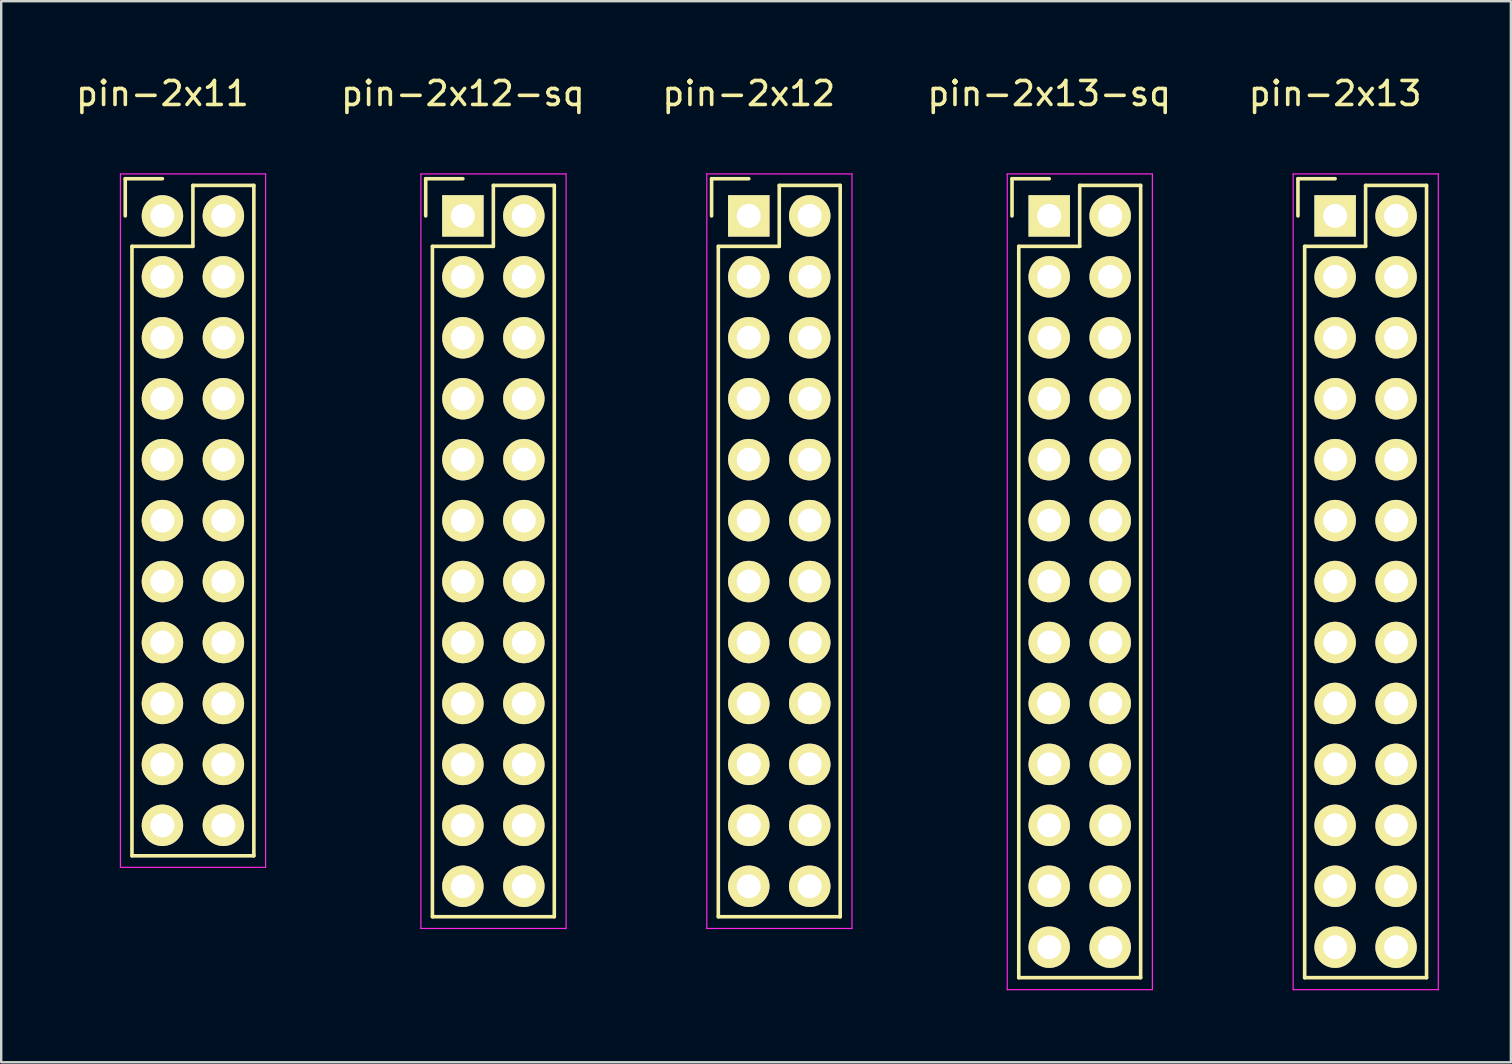
<source format=kicad_pcb>
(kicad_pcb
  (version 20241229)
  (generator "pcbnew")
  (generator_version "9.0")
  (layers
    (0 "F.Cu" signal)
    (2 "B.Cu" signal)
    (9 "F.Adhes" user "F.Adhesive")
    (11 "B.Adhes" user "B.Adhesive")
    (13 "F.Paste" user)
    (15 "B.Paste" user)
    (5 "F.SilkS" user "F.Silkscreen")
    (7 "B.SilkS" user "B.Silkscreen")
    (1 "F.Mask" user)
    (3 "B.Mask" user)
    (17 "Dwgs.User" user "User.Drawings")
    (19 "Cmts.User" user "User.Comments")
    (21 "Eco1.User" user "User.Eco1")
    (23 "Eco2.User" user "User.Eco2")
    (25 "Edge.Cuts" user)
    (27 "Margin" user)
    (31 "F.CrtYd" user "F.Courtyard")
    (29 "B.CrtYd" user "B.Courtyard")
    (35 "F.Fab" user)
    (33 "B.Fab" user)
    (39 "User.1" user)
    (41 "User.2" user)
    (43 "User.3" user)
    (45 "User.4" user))
  (footprint "pin-2x13"
    (layer "F.Cu")
    (at 52.596 5.948)
    (property "Reference" "pin-2x13" (at 0 -5.1 0) (layer "F.SilkS") (effects (font (size 1 1) (thickness 0.15))))
    (attr through_hole)
    (fp_line (start -1.55 -1.55) (end -1.55 0) (stroke (width 0.15) (type solid)) (layer "F.SilkS"))
    (fp_line (start -1.27 1.27) (end -1.27 31.75) (stroke (width 0.15) (type solid)) (layer "F.SilkS"))
    (fp_line (start 0 -1.55) (end -1.55 -1.55) (stroke (width 0.15) (type solid)) (layer "F.SilkS"))
    (fp_line (start 1.27 -1.27) (end 1.27 1.27) (stroke (width 0.15) (type solid)) (layer "F.SilkS"))
    (fp_line (start 1.27 1.27) (end -1.27 1.27) (stroke (width 0.15) (type solid)) (layer "F.SilkS"))
    (fp_line (start 3.81 -1.27) (end 1.27 -1.27) (stroke (width 0.15) (type solid)) (layer "F.SilkS"))
    (fp_line (start 3.81 -1.27) (end 3.81 31.75) (stroke (width 0.15) (type solid)) (layer "F.SilkS"))
    (fp_line (start 3.81 31.75) (end -1.27 31.75) (stroke (width 0.15) (type solid)) (layer "F.SilkS"))
    (fp_line (start -1.75 -1.75) (end -1.75 32.25) (stroke (width 0.05) (type solid)) (layer "F.CrtYd"))
    (fp_line (start -1.75 -1.75) (end 4.3 -1.75) (stroke (width 0.05) (type solid)) (layer "F.CrtYd"))
    (fp_line (start -1.75 32.25) (end 4.3 32.25) (stroke (width 0.05) (type solid)) (layer "F.CrtYd"))
    (fp_line (start 4.3 -1.75) (end 4.3 32.25) (stroke (width 0.05) (type solid)) (layer "F.CrtYd"))
    (pad "1" thru_hole rect (at 0 0) (size 1.727 1.727) (drill 1) (layers "*.Cu" "*.Mask" "F.SilkS"))
    (pad "2" thru_hole oval (at 2.54 0) (size 1.727 1.727) (drill 1) (layers "*.Cu" "*.Mask" "F.SilkS"))
    (pad "3" thru_hole oval (at 0 2.54) (size 1.727 1.727) (drill 1) (layers "*.Cu" "*.Mask" "F.SilkS"))
    (pad "4" thru_hole oval (at 2.54 2.54) (size 1.727 1.727) (drill 1) (layers "*.Cu" "*.Mask" "F.SilkS"))
    (pad "5" thru_hole oval (at 0 5.08) (size 1.727 1.727) (drill 1) (layers "*.Cu" "*.Mask" "F.SilkS"))
    (pad "6" thru_hole oval (at 2.54 5.08) (size 1.727 1.727) (drill 1) (layers "*.Cu" "*.Mask" "F.SilkS"))
    (pad "7" thru_hole oval (at 0 7.62) (size 1.727 1.727) (drill 1) (layers "*.Cu" "*.Mask" "F.SilkS"))
    (pad "8" thru_hole oval (at 2.54 7.62) (size 1.727 1.727) (drill 1) (layers "*.Cu" "*.Mask" "F.SilkS"))
    (pad "9" thru_hole oval (at 0 10.16) (size 1.727 1.727) (drill 1) (layers "*.Cu" "*.Mask" "F.SilkS"))
    (pad "10" thru_hole oval (at 2.54 10.16) (size 1.727 1.727) (drill 1) (layers "*.Cu" "*.Mask" "F.SilkS"))
    (pad "11" thru_hole oval (at 0 12.7) (size 1.727 1.727) (drill 1) (layers "*.Cu" "*.Mask" "F.SilkS"))
    (pad "12" thru_hole oval (at 2.54 12.7) (size 1.727 1.727) (drill 1) (layers "*.Cu" "*.Mask" "F.SilkS"))
    (pad "13" thru_hole oval (at 0 15.24) (size 1.727 1.727) (drill 1) (layers "*.Cu" "*.Mask" "F.SilkS"))
    (pad "14" thru_hole oval (at 2.54 15.24) (size 1.727 1.727) (drill 1) (layers "*.Cu" "*.Mask" "F.SilkS"))
    (pad "15" thru_hole oval (at 0 17.78) (size 1.727 1.727) (drill 1) (layers "*.Cu" "*.Mask" "F.SilkS"))
    (pad "16" thru_hole oval (at 2.54 17.78) (size 1.727 1.727) (drill 1) (layers "*.Cu" "*.Mask" "F.SilkS"))
    (pad "17" thru_hole oval (at 0 20.32) (size 1.727 1.727) (drill 1) (layers "*.Cu" "*.Mask" "F.SilkS"))
    (pad "18" thru_hole oval (at 2.54 20.32) (size 1.727 1.727) (drill 1) (layers "*.Cu" "*.Mask" "F.SilkS"))
    (pad "19" thru_hole oval (at 0 22.86) (size 1.727 1.727) (drill 1) (layers "*.Cu" "*.Mask" "F.SilkS"))
    (pad "20" thru_hole oval (at 2.54 22.86) (size 1.727 1.727) (drill 1) (layers "*.Cu" "*.Mask" "F.SilkS"))
    (pad "21" thru_hole oval (at 0 25.4) (size 1.727 1.727) (drill 1) (layers "*.Cu" "*.Mask" "F.SilkS"))
    (pad "22" thru_hole oval (at 2.54 25.4) (size 1.727 1.727) (drill 1) (layers "*.Cu" "*.Mask" "F.SilkS"))
    (pad "23" thru_hole oval (at 0 27.94) (size 1.727 1.727) (drill 1) (layers "*.Cu" "*.Mask" "F.SilkS"))
    (pad "24" thru_hole oval (at 2.54 27.94) (size 1.727 1.727) (drill 1) (layers "*.Cu" "*.Mask" "F.SilkS"))
    (pad "25" thru_hole oval (at 0 30.48) (size 1.727 1.727) (drill 1) (layers "*.Cu" "*.Mask" "F.SilkS"))
    (pad "26" thru_hole oval (at 2.54 30.48) (size 1.727 1.727) (drill 1) (layers "*.Cu" "*.Mask" "F.SilkS")))
  (footprint "pin-2x11"
    (layer "F.Cu")
    (at 3.72 5.948)
    (property "Reference" "pin-2x11" (at 0 -5.1 0) (layer "F.SilkS") (effects (font (size 1 1) (thickness 0.15))))
    (attr through_hole)
    (fp_line (start -1.55 -1.55) (end -1.55 0) (stroke (width 0.15) (type solid)) (layer "F.SilkS"))
    (fp_line (start -1.27 1.27) (end -1.27 26.67) (stroke (width 0.15) (type solid)) (layer "F.SilkS"))
    (fp_line (start 0 -1.55) (end -1.55 -1.55) (stroke (width 0.15) (type solid)) (layer "F.SilkS"))
    (fp_line (start 1.27 -1.27) (end 1.27 1.27) (stroke (width 0.15) (type solid)) (layer "F.SilkS"))
    (fp_line (start 1.27 1.27) (end -1.27 1.27) (stroke (width 0.15) (type solid)) (layer "F.SilkS"))
    (fp_line (start 3.81 -1.27) (end 1.27 -1.27) (stroke (width 0.15) (type solid)) (layer "F.SilkS"))
    (fp_line (start 3.81 26.67) (end -1.27 26.67) (stroke (width 0.15) (type solid)) (layer "F.SilkS"))
    (fp_line (start 3.81 26.67) (end 3.81 -1.27) (stroke (width 0.15) (type solid)) (layer "F.SilkS"))
    (fp_line (start -1.75 -1.75) (end -1.75 27.15) (stroke (width 0.05) (type solid)) (layer "F.CrtYd"))
    (fp_line (start -1.75 -1.75) (end 4.3 -1.75) (stroke (width 0.05) (type solid)) (layer "F.CrtYd"))
    (fp_line (start -1.75 27.15) (end 4.3 27.15) (stroke (width 0.05) (type solid)) (layer "F.CrtYd"))
    (fp_line (start 4.3 -1.75) (end 4.3 27.15) (stroke (width 0.05) (type solid)) (layer "F.CrtYd"))
    (pad "1" thru_hole oval (at 0 0) (size 1.727 1.727) (drill 1) (layers "*.Cu" "*.Mask" "F.SilkS"))
    (pad "2" thru_hole oval (at 2.54 0) (size 1.727 1.727) (drill 1) (layers "*.Cu" "*.Mask" "F.SilkS"))
    (pad "3" thru_hole oval (at 0 2.54) (size 1.727 1.727) (drill 1) (layers "*.Cu" "*.Mask" "F.SilkS"))
    (pad "4" thru_hole oval (at 2.54 2.54) (size 1.727 1.727) (drill 1) (layers "*.Cu" "*.Mask" "F.SilkS"))
    (pad "5" thru_hole oval (at 0 5.08) (size 1.727 1.727) (drill 1) (layers "*.Cu" "*.Mask" "F.SilkS"))
    (pad "6" thru_hole oval (at 2.54 5.08) (size 1.727 1.727) (drill 1) (layers "*.Cu" "*.Mask" "F.SilkS"))
    (pad "7" thru_hole oval (at 0 7.62) (size 1.727 1.727) (drill 1) (layers "*.Cu" "*.Mask" "F.SilkS"))
    (pad "8" thru_hole oval (at 2.54 7.62) (size 1.727 1.727) (drill 1) (layers "*.Cu" "*.Mask" "F.SilkS"))
    (pad "9" thru_hole oval (at 0 10.16) (size 1.727 1.727) (drill 1) (layers "*.Cu" "*.Mask" "F.SilkS"))
    (pad "10" thru_hole oval (at 2.54 10.16) (size 1.727 1.727) (drill 1) (layers "*.Cu" "*.Mask" "F.SilkS"))
    (pad "11" thru_hole oval (at 0 12.7) (size 1.727 1.727) (drill 1) (layers "*.Cu" "*.Mask" "F.SilkS"))
    (pad "12" thru_hole oval (at 2.54 12.7) (size 1.727 1.727) (drill 1) (layers "*.Cu" "*.Mask" "F.SilkS"))
    (pad "13" thru_hole oval (at 0 15.24) (size 1.727 1.727) (drill 1) (layers "*.Cu" "*.Mask" "F.SilkS"))
    (pad "14" thru_hole oval (at 2.54 15.24) (size 1.727 1.727) (drill 1) (layers "*.Cu" "*.Mask" "F.SilkS"))
    (pad "15" thru_hole oval (at 0 17.78) (size 1.727 1.727) (drill 1) (layers "*.Cu" "*.Mask" "F.SilkS"))
    (pad "16" thru_hole oval (at 2.54 17.78) (size 1.727 1.727) (drill 1) (layers "*.Cu" "*.Mask" "F.SilkS"))
    (pad "17" thru_hole oval (at 0 20.32) (size 1.727 1.727) (drill 1) (layers "*.Cu" "*.Mask" "F.SilkS"))
    (pad "18" thru_hole oval (at 2.54 20.32) (size 1.727 1.727) (drill 1) (layers "*.Cu" "*.Mask" "F.SilkS"))
    (pad "19" thru_hole oval (at 0 22.86) (size 1.727 1.727) (drill 1) (layers "*.Cu" "*.Mask" "F.SilkS"))
    (pad "20" thru_hole oval (at 2.54 22.86) (size 1.727 1.727) (drill 1) (layers "*.Cu" "*.Mask" "F.SilkS"))
    (pad "21" thru_hole oval (at 0 25.4) (size 1.727 1.727) (drill 1) (layers "*.Cu" "*.Mask" "F.SilkS"))
    (pad "22" thru_hole oval (at 2.54 25.4) (size 1.727 1.727) (drill 1) (layers "*.Cu" "*.Mask" "F.SilkS")))
  (footprint "pin-2x12-sq"
    (layer "F.Cu")
    (at 16.242 5.948)
    (property "Reference" "pin-2x12-sq" (at 0 -5.1 0) (layer "F.SilkS") (effects (font (size 1 1) (thickness 0.15))))
    (attr through_hole)
    (fp_line (start -1.55 -1.55) (end -1.55 0) (stroke (width 0.15) (type solid)) (layer "F.SilkS"))
    (fp_line (start -1.27 1.27) (end -1.27 29.21) (stroke (width 0.15) (type solid)) (layer "F.SilkS"))
    (fp_line (start 0 -1.55) (end -1.55 -1.55) (stroke (width 0.15) (type solid)) (layer "F.SilkS"))
    (fp_line (start 1.27 -1.27) (end 1.27 1.27) (stroke (width 0.15) (type solid)) (layer "F.SilkS"))
    (fp_line (start 1.27 1.27) (end -1.27 1.27) (stroke (width 0.15) (type solid)) (layer "F.SilkS"))
    (fp_line (start 3.81 -1.27) (end 1.27 -1.27) (stroke (width 0.15) (type solid)) (layer "F.SilkS"))
    (fp_line (start 3.81 29.21) (end -1.27 29.21) (stroke (width 0.15) (type solid)) (layer "F.SilkS"))
    (fp_line (start 3.81 29.21) (end 3.81 -1.27) (stroke (width 0.15) (type solid)) (layer "F.SilkS"))
    (fp_line (start -1.75 -1.75) (end -1.75 29.7) (stroke (width 0.05) (type solid)) (layer "F.CrtYd"))
    (fp_line (start -1.75 -1.75) (end 4.3 -1.75) (stroke (width 0.05) (type solid)) (layer "F.CrtYd"))
    (fp_line (start -1.75 29.7) (end 4.3 29.7) (stroke (width 0.05) (type solid)) (layer "F.CrtYd"))
    (fp_line (start 4.3 -1.75) (end 4.3 29.7) (stroke (width 0.05) (type solid)) (layer "F.CrtYd"))
    (pad "1" thru_hole rect (at 0 0) (size 1.727 1.727) (drill 1) (layers "*.Cu" "*.Mask" "F.SilkS"))
    (pad "2" thru_hole oval (at 2.54 0) (size 1.727 1.727) (drill 1) (layers "*.Cu" "*.Mask" "F.SilkS"))
    (pad "3" thru_hole oval (at 0 2.54) (size 1.727 1.727) (drill 1) (layers "*.Cu" "*.Mask" "F.SilkS"))
    (pad "4" thru_hole oval (at 2.54 2.54) (size 1.727 1.727) (drill 1) (layers "*.Cu" "*.Mask" "F.SilkS"))
    (pad "5" thru_hole oval (at 0 5.08) (size 1.727 1.727) (drill 1) (layers "*.Cu" "*.Mask" "F.SilkS"))
    (pad "6" thru_hole oval (at 2.54 5.08) (size 1.727 1.727) (drill 1) (layers "*.Cu" "*.Mask" "F.SilkS"))
    (pad "7" thru_hole oval (at 0 7.62) (size 1.727 1.727) (drill 1) (layers "*.Cu" "*.Mask" "F.SilkS"))
    (pad "8" thru_hole oval (at 2.54 7.62) (size 1.727 1.727) (drill 1) (layers "*.Cu" "*.Mask" "F.SilkS"))
    (pad "9" thru_hole oval (at 0 10.16) (size 1.727 1.727) (drill 1) (layers "*.Cu" "*.Mask" "F.SilkS"))
    (pad "10" thru_hole oval (at 2.54 10.16) (size 1.727 1.727) (drill 1) (layers "*.Cu" "*.Mask" "F.SilkS"))
    (pad "11" thru_hole oval (at 0 12.7) (size 1.727 1.727) (drill 1) (layers "*.Cu" "*.Mask" "F.SilkS"))
    (pad "12" thru_hole oval (at 2.54 12.7) (size 1.727 1.727) (drill 1) (layers "*.Cu" "*.Mask" "F.SilkS"))
    (pad "13" thru_hole oval (at 0 15.24) (size 1.727 1.727) (drill 1) (layers "*.Cu" "*.Mask" "F.SilkS"))
    (pad "14" thru_hole oval (at 2.54 15.24) (size 1.727 1.727) (drill 1) (layers "*.Cu" "*.Mask" "F.SilkS"))
    (pad "15" thru_hole oval (at 0 17.78) (size 1.727 1.727) (drill 1) (layers "*.Cu" "*.Mask" "F.SilkS"))
    (pad "16" thru_hole oval (at 2.54 17.78) (size 1.727 1.727) (drill 1) (layers "*.Cu" "*.Mask" "F.SilkS"))
    (pad "17" thru_hole oval (at 0 20.32) (size 1.727 1.727) (drill 1) (layers "*.Cu" "*.Mask" "F.SilkS"))
    (pad "18" thru_hole oval (at 2.54 20.32) (size 1.727 1.727) (drill 1) (layers "*.Cu" "*.Mask" "F.SilkS"))
    (pad "19" thru_hole oval (at 0 22.86) (size 1.727 1.727) (drill 1) (layers "*.Cu" "*.Mask" "F.SilkS"))
    (pad "20" thru_hole oval (at 2.54 22.86) (size 1.727 1.727) (drill 1) (layers "*.Cu" "*.Mask" "F.SilkS"))
    (pad "21" thru_hole oval (at 0 25.4) (size 1.727 1.727) (drill 1) (layers "*.Cu" "*.Mask" "F.SilkS"))
    (pad "22" thru_hole oval (at 2.54 25.4) (size 1.727 1.727) (drill 1) (layers "*.Cu" "*.Mask" "F.SilkS"))
    (pad "23" thru_hole oval (at 0 27.94) (size 1.727 1.727) (drill 1) (layers "*.Cu" "*.Mask" "F.SilkS"))
    (pad "24" thru_hole oval (at 2.54 27.94) (size 1.727 1.727) (drill 1) (layers "*.Cu" "*.Mask" "F.SilkS")))
  (footprint "pin-2x12"
    (layer "F.Cu")
    (at 28.158 5.948)
    (property "Reference" "pin-2x12" (at 0 -5.1 0) (layer "F.SilkS") (effects (font (size 1 1) (thickness 0.15))))
    (attr through_hole)
    (fp_line (start -1.55 -1.55) (end -1.55 0) (stroke (width 0.15) (type solid)) (layer "F.SilkS"))
    (fp_line (start -1.27 1.27) (end -1.27 29.21) (stroke (width 0.15) (type solid)) (layer "F.SilkS"))
    (fp_line (start 0 -1.55) (end -1.55 -1.55) (stroke (width 0.15) (type solid)) (layer "F.SilkS"))
    (fp_line (start 1.27 -1.27) (end 1.27 1.27) (stroke (width 0.15) (type solid)) (layer "F.SilkS"))
    (fp_line (start 1.27 1.27) (end -1.27 1.27) (stroke (width 0.15) (type solid)) (layer "F.SilkS"))
    (fp_line (start 3.81 -1.27) (end 1.27 -1.27) (stroke (width 0.15) (type solid)) (layer "F.SilkS"))
    (fp_line (start 3.81 29.21) (end -1.27 29.21) (stroke (width 0.15) (type solid)) (layer "F.SilkS"))
    (fp_line (start 3.81 29.21) (end 3.81 -1.27) (stroke (width 0.15) (type solid)) (layer "F.SilkS"))
    (fp_line (start -1.75 -1.75) (end -1.75 29.7) (stroke (width 0.05) (type solid)) (layer "F.CrtYd"))
    (fp_line (start -1.75 -1.75) (end 4.3 -1.75) (stroke (width 0.05) (type solid)) (layer "F.CrtYd"))
    (fp_line (start -1.75 29.7) (end 4.3 29.7) (stroke (width 0.05) (type solid)) (layer "F.CrtYd"))
    (fp_line (start 4.3 -1.75) (end 4.3 29.7) (stroke (width 0.05) (type solid)) (layer "F.CrtYd"))
    (pad "1" thru_hole rect (at 0 0) (size 1.727 1.727) (drill 1) (layers "*.Cu" "*.Mask" "F.SilkS"))
    (pad "2" thru_hole oval (at 2.54 0) (size 1.727 1.727) (drill 1) (layers "*.Cu" "*.Mask" "F.SilkS"))
    (pad "3" thru_hole oval (at 0 2.54) (size 1.727 1.727) (drill 1) (layers "*.Cu" "*.Mask" "F.SilkS"))
    (pad "4" thru_hole oval (at 2.54 2.54) (size 1.727 1.727) (drill 1) (layers "*.Cu" "*.Mask" "F.SilkS"))
    (pad "5" thru_hole oval (at 0 5.08) (size 1.727 1.727) (drill 1) (layers "*.Cu" "*.Mask" "F.SilkS"))
    (pad "6" thru_hole oval (at 2.54 5.08) (size 1.727 1.727) (drill 1) (layers "*.Cu" "*.Mask" "F.SilkS"))
    (pad "7" thru_hole oval (at 0 7.62) (size 1.727 1.727) (drill 1) (layers "*.Cu" "*.Mask" "F.SilkS"))
    (pad "8" thru_hole oval (at 2.54 7.62) (size 1.727 1.727) (drill 1) (layers "*.Cu" "*.Mask" "F.SilkS"))
    (pad "9" thru_hole oval (at 0 10.16) (size 1.727 1.727) (drill 1) (layers "*.Cu" "*.Mask" "F.SilkS"))
    (pad "10" thru_hole oval (at 2.54 10.16) (size 1.727 1.727) (drill 1) (layers "*.Cu" "*.Mask" "F.SilkS"))
    (pad "11" thru_hole oval (at 0 12.7) (size 1.727 1.727) (drill 1) (layers "*.Cu" "*.Mask" "F.SilkS"))
    (pad "12" thru_hole oval (at 2.54 12.7) (size 1.727 1.727) (drill 1) (layers "*.Cu" "*.Mask" "F.SilkS"))
    (pad "13" thru_hole oval (at 0 15.24) (size 1.727 1.727) (drill 1) (layers "*.Cu" "*.Mask" "F.SilkS"))
    (pad "14" thru_hole oval (at 2.54 15.24) (size 1.727 1.727) (drill 1) (layers "*.Cu" "*.Mask" "F.SilkS"))
    (pad "15" thru_hole oval (at 0 17.78) (size 1.727 1.727) (drill 1) (layers "*.Cu" "*.Mask" "F.SilkS"))
    (pad "16" thru_hole oval (at 2.54 17.78) (size 1.727 1.727) (drill 1) (layers "*.Cu" "*.Mask" "F.SilkS"))
    (pad "17" thru_hole oval (at 0 20.32) (size 1.727 1.727) (drill 1) (layers "*.Cu" "*.Mask" "F.SilkS"))
    (pad "18" thru_hole oval (at 2.54 20.32) (size 1.727 1.727) (drill 1) (layers "*.Cu" "*.Mask" "F.SilkS"))
    (pad "19" thru_hole oval (at 0 22.86) (size 1.727 1.727) (drill 1) (layers "*.Cu" "*.Mask" "F.SilkS"))
    (pad "20" thru_hole oval (at 2.54 22.86) (size 1.727 1.727) (drill 1) (layers "*.Cu" "*.Mask" "F.SilkS"))
    (pad "21" thru_hole oval (at 0 25.4) (size 1.727 1.727) (drill 1) (layers "*.Cu" "*.Mask" "F.SilkS"))
    (pad "22" thru_hole oval (at 2.54 25.4) (size 1.727 1.727) (drill 1) (layers "*.Cu" "*.Mask" "F.SilkS"))
    (pad "23" thru_hole oval (at 0 27.94) (size 1.727 1.727) (drill 1) (layers "*.Cu" "*.Mask" "F.SilkS"))
    (pad "24" thru_hole oval (at 2.54 27.94) (size 1.727 1.727) (drill 1) (layers "*.Cu" "*.Mask" "F.SilkS")))
  (footprint "pin-2x13-sq"
    (layer "F.Cu")
    (at 40.68 5.948)
    (property "Reference" "pin-2x13-sq" (at 0 -5.1 0) (layer "F.SilkS") (effects (font (size 1 1) (thickness 0.15))))
    (attr through_hole)
    (fp_line (start -1.55 -1.55) (end -1.55 0) (stroke (width 0.15) (type solid)) (layer "F.SilkS"))
    (fp_line (start -1.27 1.27) (end -1.27 31.75) (stroke (width 0.15) (type solid)) (layer "F.SilkS"))
    (fp_line (start 0 -1.55) (end -1.55 -1.55) (stroke (width 0.15) (type solid)) (layer "F.SilkS"))
    (fp_line (start 1.27 -1.27) (end 1.27 1.27) (stroke (width 0.15) (type solid)) (layer "F.SilkS"))
    (fp_line (start 1.27 1.27) (end -1.27 1.27) (stroke (width 0.15) (type solid)) (layer "F.SilkS"))
    (fp_line (start 3.81 -1.27) (end 1.27 -1.27) (stroke (width 0.15) (type solid)) (layer "F.SilkS"))
    (fp_line (start 3.81 -1.27) (end 3.81 31.75) (stroke (width 0.15) (type solid)) (layer "F.SilkS"))
    (fp_line (start 3.81 31.75) (end -1.27 31.75) (stroke (width 0.15) (type solid)) (layer "F.SilkS"))
    (fp_line (start -1.75 -1.75) (end -1.75 32.25) (stroke (width 0.05) (type solid)) (layer "F.CrtYd"))
    (fp_line (start -1.75 -1.75) (end 4.3 -1.75) (stroke (width 0.05) (type solid)) (layer "F.CrtYd"))
    (fp_line (start -1.75 32.25) (end 4.3 32.25) (stroke (width 0.05) (type solid)) (layer "F.CrtYd"))
    (fp_line (start 4.3 -1.75) (end 4.3 32.25) (stroke (width 0.05) (type solid)) (layer "F.CrtYd"))
    (pad "1" thru_hole rect (at 0 0) (size 1.727 1.727) (drill 1) (layers "*.Cu" "*.Mask" "F.SilkS"))
    (pad "2" thru_hole oval (at 2.54 0) (size 1.727 1.727) (drill 1) (layers "*.Cu" "*.Mask" "F.SilkS"))
    (pad "3" thru_hole oval (at 0 2.54) (size 1.727 1.727) (drill 1) (layers "*.Cu" "*.Mask" "F.SilkS"))
    (pad "4" thru_hole oval (at 2.54 2.54) (size 1.727 1.727) (drill 1) (layers "*.Cu" "*.Mask" "F.SilkS"))
    (pad "5" thru_hole oval (at 0 5.08) (size 1.727 1.727) (drill 1) (layers "*.Cu" "*.Mask" "F.SilkS"))
    (pad "6" thru_hole oval (at 2.54 5.08) (size 1.727 1.727) (drill 1) (layers "*.Cu" "*.Mask" "F.SilkS"))
    (pad "7" thru_hole oval (at 0 7.62) (size 1.727 1.727) (drill 1) (layers "*.Cu" "*.Mask" "F.SilkS"))
    (pad "8" thru_hole oval (at 2.54 7.62) (size 1.727 1.727) (drill 1) (layers "*.Cu" "*.Mask" "F.SilkS"))
    (pad "9" thru_hole oval (at 0 10.16) (size 1.727 1.727) (drill 1) (layers "*.Cu" "*.Mask" "F.SilkS"))
    (pad "10" thru_hole oval (at 2.54 10.16) (size 1.727 1.727) (drill 1) (layers "*.Cu" "*.Mask" "F.SilkS"))
    (pad "11" thru_hole oval (at 0 12.7) (size 1.727 1.727) (drill 1) (layers "*.Cu" "*.Mask" "F.SilkS"))
    (pad "12" thru_hole oval (at 2.54 12.7) (size 1.727 1.727) (drill 1) (layers "*.Cu" "*.Mask" "F.SilkS"))
    (pad "13" thru_hole oval (at 0 15.24) (size 1.727 1.727) (drill 1) (layers "*.Cu" "*.Mask" "F.SilkS"))
    (pad "14" thru_hole oval (at 2.54 15.24) (size 1.727 1.727) (drill 1) (layers "*.Cu" "*.Mask" "F.SilkS"))
    (pad "15" thru_hole oval (at 0 17.78) (size 1.727 1.727) (drill 1) (layers "*.Cu" "*.Mask" "F.SilkS"))
    (pad "16" thru_hole oval (at 2.54 17.78) (size 1.727 1.727) (drill 1) (layers "*.Cu" "*.Mask" "F.SilkS"))
    (pad "17" thru_hole oval (at 0 20.32) (size 1.727 1.727) (drill 1) (layers "*.Cu" "*.Mask" "F.SilkS"))
    (pad "18" thru_hole oval (at 2.54 20.32) (size 1.727 1.727) (drill 1) (layers "*.Cu" "*.Mask" "F.SilkS"))
    (pad "19" thru_hole oval (at 0 22.86) (size 1.727 1.727) (drill 1) (layers "*.Cu" "*.Mask" "F.SilkS"))
    (pad "20" thru_hole oval (at 2.54 22.86) (size 1.727 1.727) (drill 1) (layers "*.Cu" "*.Mask" "F.SilkS"))
    (pad "21" thru_hole oval (at 0 25.4) (size 1.727 1.727) (drill 1) (layers "*.Cu" "*.Mask" "F.SilkS"))
    (pad "22" thru_hole oval (at 2.54 25.4) (size 1.727 1.727) (drill 1) (layers "*.Cu" "*.Mask" "F.SilkS"))
    (pad "23" thru_hole oval (at 0 27.94) (size 1.727 1.727) (drill 1) (layers "*.Cu" "*.Mask" "F.SilkS"))
    (pad "24" thru_hole oval (at 2.54 27.94) (size 1.727 1.727) (drill 1) (layers "*.Cu" "*.Mask" "F.SilkS"))
    (pad "25" thru_hole oval (at 0 30.48) (size 1.727 1.727) (drill 1) (layers "*.Cu" "*.Mask" "F.SilkS"))
    (pad "26" thru_hole oval (at 2.54 30.48) (size 1.727 1.727) (drill 1) (layers "*.Cu" "*.Mask" "F.SilkS")))
  (gr_rect
    (start -3 -3)
    (end 59.921 41.223)
    (stroke (width 0.1) (type default))
    (fill no)
    (layer "Edge.Cuts")))
</source>
